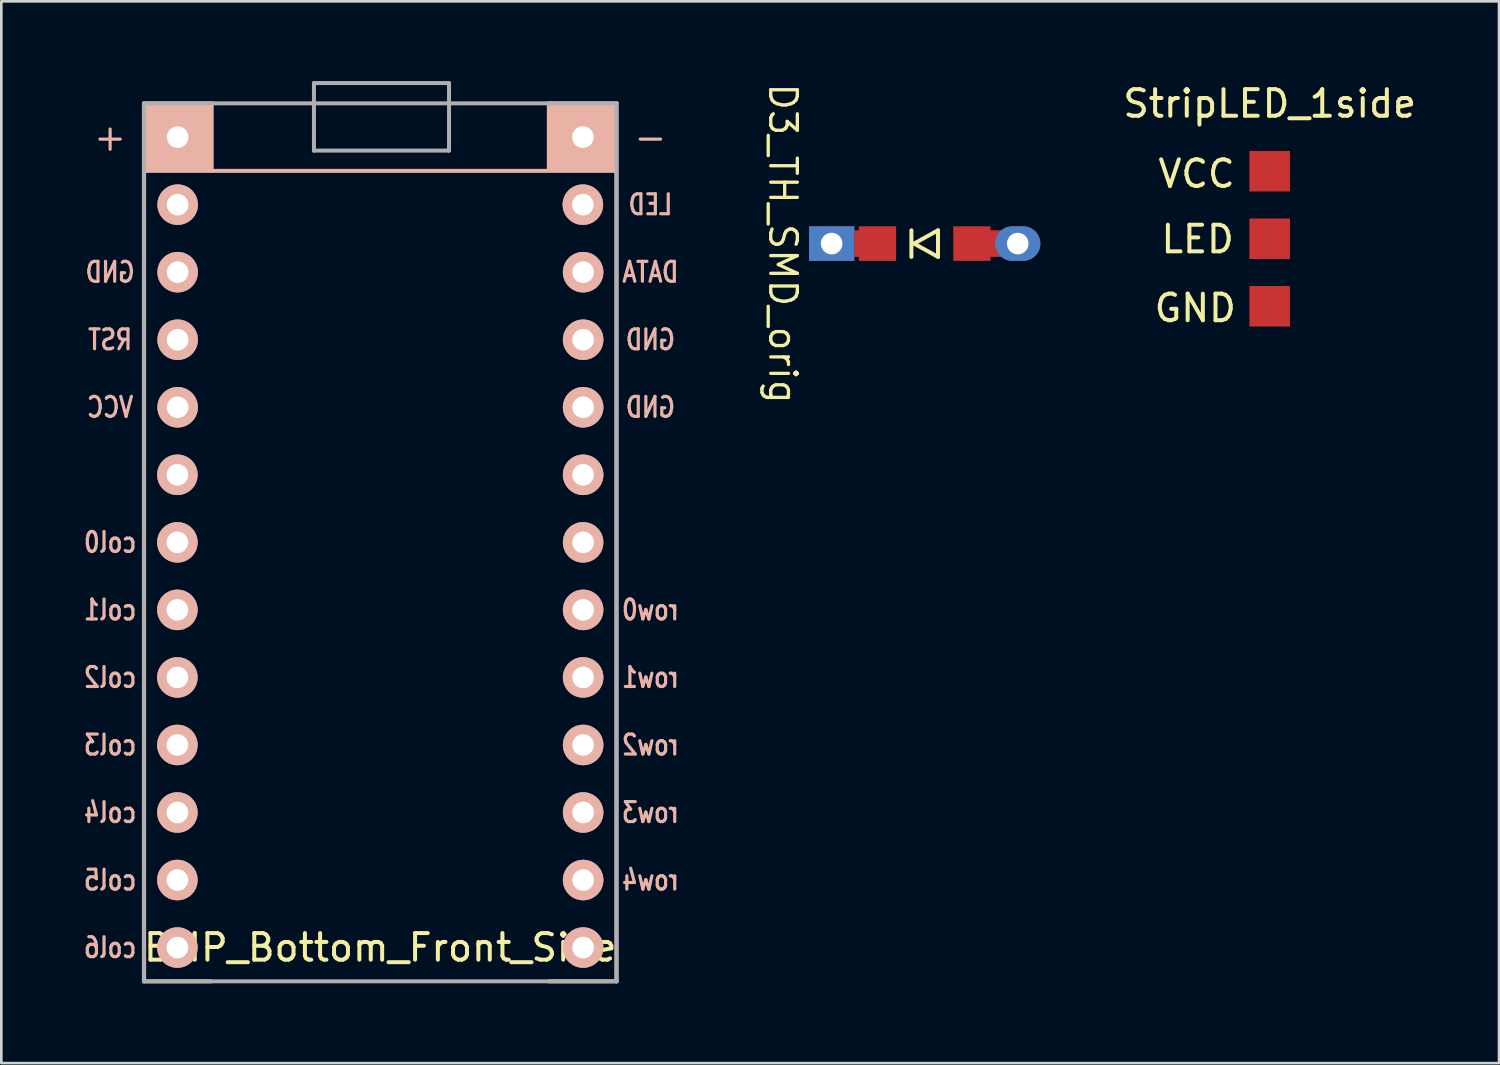
<source format=kicad_pcb>
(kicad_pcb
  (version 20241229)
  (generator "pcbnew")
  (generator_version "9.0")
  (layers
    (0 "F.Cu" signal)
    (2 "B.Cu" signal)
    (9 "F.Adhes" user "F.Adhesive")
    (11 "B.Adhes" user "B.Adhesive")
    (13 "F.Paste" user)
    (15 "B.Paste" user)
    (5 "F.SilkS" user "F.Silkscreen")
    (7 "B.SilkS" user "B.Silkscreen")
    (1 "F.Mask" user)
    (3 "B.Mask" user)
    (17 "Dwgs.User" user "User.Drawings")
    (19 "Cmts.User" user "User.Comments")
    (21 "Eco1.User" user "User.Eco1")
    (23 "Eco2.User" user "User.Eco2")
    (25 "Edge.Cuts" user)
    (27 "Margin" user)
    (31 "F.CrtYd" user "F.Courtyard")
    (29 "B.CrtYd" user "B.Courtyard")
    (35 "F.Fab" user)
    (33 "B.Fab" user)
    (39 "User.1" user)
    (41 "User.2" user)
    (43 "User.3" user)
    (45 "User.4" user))
  (footprint "D3_TH_SMD_orig"
    (layer "F.Cu")
    (at 31.727 6.111)
    (property "Reference" "D3_TH_SMD_orig" (at -5.334 0 270) (unlocked yes) (layer "F.SilkS") (effects (font (size 1 1) (thickness 0.125))))
    (attr through_hole)
    (fp_line (start -0.5 -0.5) (end -0.5 0.5) (stroke (width 0.15) (type solid)) (layer "F.SilkS"))
    (fp_line (start -0.4 0) (end 0.5 -0.5) (stroke (width 0.15) (type solid)) (layer "F.SilkS"))
    (fp_line (start 0.5 -0.5) (end 0.5 0.5) (stroke (width 0.15) (type solid)) (layer "F.SilkS"))
    (fp_line (start 0.5 0.5) (end -0.4 0) (stroke (width 0.15) (type solid)) (layer "F.SilkS"))
    (pad "1" thru_hole rect (at -3.5 0) (size 1.7 1.3) (drill 0.813) (layers "*.Cu" "*.Mask"))
    (pad "1" smd custom (at -2.55 0 180) (size 0.2 1) (layers "F.Cu" "F.Mask") (options (anchor rect)) (primitives))
    (pad "1" smd custom (at -1.775 0 180) (size 1.4 1.3) (layers "F.Cu" "F.Mask" "F.Paste") (options (anchor rect)) (primitives))
    (pad "2" smd custom (at 1.775 0 180) (size 1.4 1.3) (layers "F.Cu" "F.Mask" "F.Paste") (options (anchor rect)) (primitives))
    (pad "2" smd custom (at 2.75 0 180) (size 0.6 1) (layers "F.Cu" "F.Mask") (options (anchor rect)) (primitives))
    (pad "2" thru_hole oval (at 3.5 0) (size 1.7 1.3) (drill 0.813) (layers "*.Cu" "*.Mask")))
  (footprint "BMP_Bottom_Front_Side"
    (layer "F.Cu")
    (at 11.251 17.347)
    (property "Reference" "BMP_Bottom_Front_Side" (at 0 15.24 0) (layer "F.SilkS") (effects (font (size 1 1) (thickness 0.15))))
    (attr through_hole)
    (fp_line (start -8.88 -16.51) (end -8.88 16.51) (stroke (width 0.15) (type solid)) (layer "B.SilkS"))
    (fp_line (start -8.88 16.51) (end -6.35 16.51) (stroke (width 0.15) (type solid)) (layer "B.SilkS"))
    (fp_line (start -6.35 -16.51) (end -8.88 -16.51) (stroke (width 0.15) (type solid)) (layer "B.SilkS"))
    (fp_line (start -6.34 -16.51) (end -6.34 -14.01) (stroke (width 0.15) (type solid)) (layer "B.SilkS"))
    (fp_line (start 6.34 -16.51) (end 6.34 -14.01) (stroke (width 0.15) (type solid)) (layer "B.SilkS"))
    (fp_line (start 6.35 16.51) (end 8.88 16.51) (stroke (width 0.15) (type solid)) (layer "B.SilkS"))
    (fp_line (start 8.88 -16.51) (end 6.34 -16.51) (stroke (width 0.15) (type solid)) (layer "B.SilkS"))
    (fp_line (start 8.88 -13.97) (end -8.88 -13.97) (stroke (width 0.15) (type solid)) (layer "B.SilkS"))
    (fp_line (start 8.88 16.51) (end 8.88 -16.51) (stroke (width 0.15) (type solid)) (layer "B.SilkS"))
    (fp_poly (pts (xy -6.34 -14.01) (xy -8.88 -14.01) (xy -8.88 -16.51) (xy -6.34 -16.51)) (stroke (width 0.1) (type solid)) (fill yes) (layer "B.SilkS"))
    (fp_poly (pts (xy 8.84 -14.01) (xy 6.34 -14.01) (xy 6.34 -16.51) (xy 8.84 -16.51)) (stroke (width 0.1) (type solid)) (fill yes) (layer "B.SilkS"))
    (fp_line (start -8.889 -16.51) (end -8.889 16.51) (stroke (width 0.15) (type solid)) (layer "F.Fab"))
    (fp_line (start -8.889 16.51) (end 8.891 16.51) (stroke (width 0.15) (type solid)) (layer "F.Fab"))
    (fp_line (start -2.494 -17.272) (end 2.586 -17.272) (stroke (width 0.15) (type solid)) (layer "F.Fab"))
    (fp_line (start -2.494 -14.732) (end -2.494 -17.272) (stroke (width 0.15) (type solid)) (layer "F.Fab"))
    (fp_line (start 2.586 -17.272) (end 2.586 -14.732) (stroke (width 0.15) (type solid)) (layer "F.Fab"))
    (fp_line (start 2.586 -14.732) (end -2.494 -14.732) (stroke (width 0.15) (type solid)) (layer "F.Fab"))
    (fp_line (start 8.891 -16.51) (end -8.889 -16.51) (stroke (width 0.15) (type solid)) (layer "F.Fab"))
    (fp_line (start 8.891 16.51) (end 8.891 -16.51) (stroke (width 0.15) (type solid)) (layer "F.Fab"))
    (fp_text user "LED" (at 10.16 -12.7 0) (unlocked yes) (layer "B.SilkS") (effects (font (size 0.75 0.6) (thickness 0.12)) (justify mirror)))
    (fp_text user "DATA" (at 10.16 -10.16 0) (unlocked yes) (layer "B.SilkS") (effects (font (size 0.75 0.6) (thickness 0.12)) (justify mirror)))
    (fp_text user "row4" (at 10.16 12.7 0) (unlocked yes) (layer "B.SilkS") (effects (font (size 0.75 0.6) (thickness 0.12)) (justify mirror)))
    (fp_text user "row0" (at 10.16 2.54 0) (unlocked yes) (layer "B.SilkS") (effects (font (size 0.75 0.6) (thickness 0.12)) (justify mirror)))
    (fp_text user "row3" (at 10.16 10.16 0) (unlocked yes) (layer "B.SilkS") (effects (font (size 0.75 0.6) (thickness 0.12)) (justify mirror)))
    (fp_text user "RST" (at -10.16 -7.62 0) (unlocked yes) (layer "B.SilkS") (effects (font (size 0.75 0.6) (thickness 0.12)) (justify mirror)))
    (fp_text user "-" (at 10.16 -15.24 0) (unlocked yes) (layer "B.SilkS") (effects (font (size 1 1) (thickness 0.12))))
    (fp_text user "col0" (at -10.16 0 0) (unlocked yes) (layer "B.SilkS") (effects (font (size 0.75 0.6) (thickness 0.12)) (justify mirror)))
    (fp_text user "col3" (at -10.16 7.62 0) (unlocked yes) (layer "B.SilkS") (effects (font (size 0.75 0.6) (thickness 0.12)) (justify mirror)))
    (fp_text user "row1" (at 10.16 5.08 0) (unlocked yes) (layer "B.SilkS") (effects (font (size 0.75 0.6) (thickness 0.12)) (justify mirror)))
    (fp_text user "VCC" (at -10.16 -5.08 0) (unlocked yes) (layer "B.SilkS") (effects (font (size 0.75 0.6) (thickness 0.12)) (justify mirror)))
    (fp_text user "GND" (at 10.16 -5.08 0) (unlocked yes) (layer "B.SilkS") (effects (font (size 0.75 0.6) (thickness 0.12)) (justify mirror)))
    (fp_text user "+" (at -10.16 -15.24 0) (unlocked yes) (layer "B.SilkS") (effects (font (size 1 1) (thickness 0.12))))
    (fp_text user "GND" (at 10.16 -7.62 0) (unlocked yes) (layer "B.SilkS") (effects (font (size 0.75 0.6) (thickness 0.12)) (justify mirror)))
    (fp_text user "col5" (at -10.16 12.7 0) (unlocked yes) (layer "B.SilkS") (effects (font (size 0.75 0.6) (thickness 0.12)) (justify mirror)))
    (fp_text user "col6" (at -10.16 15.24 0) (unlocked yes) (layer "B.SilkS") (effects (font (size 0.75 0.6) (thickness 0.12)) (justify mirror)))
    (fp_text user "col4" (at -10.16 10.16 0) (unlocked yes) (layer "B.SilkS") (effects (font (size 0.75 0.6) (thickness 0.12)) (justify mirror)))
    (fp_text user "GND" (at -10.16 -10.16 0) (unlocked yes) (layer "B.SilkS") (effects (font (size 0.75 0.6) (thickness 0.12)) (justify mirror)))
    (fp_text user "col1" (at -10.16 2.54 0) (unlocked yes) (layer "B.SilkS") (effects (font (size 0.75 0.6) (thickness 0.12)) (justify mirror)))
    (fp_text user "col2" (at -10.16 5.08 0) (unlocked yes) (layer "B.SilkS") (effects (font (size 0.75 0.6) (thickness 0.12)) (justify mirror)))
    (fp_text user "row2" (at 10.16 7.62 0) (unlocked yes) (layer "B.SilkS") (effects (font (size 0.75 0.6) (thickness 0.12)) (justify mirror)))
    (pad "1" thru_hole circle (at 7.62 -12.7 270) (size 1.524 1.524) (drill 0.813) (layers "*.Cu" "*.Mask" "B.SilkS"))
    (pad "2" thru_hole circle (at 7.63 -10.16) (size 1.524 1.524) (drill 0.813) (layers "*.Cu" "*.Mask" "B.SilkS"))
    (pad "3" thru_hole circle (at 7.63 -7.62) (size 1.524 1.524) (drill 0.813) (layers "*.Cu" "*.Mask" "B.SilkS"))
    (pad "4" thru_hole circle (at 7.63 -5.08) (size 1.524 1.524) (drill 0.813) (layers "*.Cu" "*.Mask" "B.SilkS"))
    (pad "5" thru_hole circle (at 7.63 -2.54) (size 1.524 1.524) (drill 0.813) (layers "*.Cu" "*.Mask" "B.SilkS"))
    (pad "6" thru_hole circle (at 7.63 0) (size 1.524 1.524) (drill 0.813) (layers "*.Cu" "*.Mask" "B.SilkS"))
    (pad "7" thru_hole circle (at 7.63 2.54) (size 1.524 1.524) (drill 0.813) (layers "*.Cu" "*.Mask" "B.SilkS"))
    (pad "8" thru_hole circle (at 7.63 5.08) (size 1.524 1.524) (drill 0.813) (layers "*.Cu" "*.Mask" "B.SilkS"))
    (pad "9" thru_hole circle (at 7.63 7.62) (size 1.524 1.524) (drill 0.813) (layers "*.Cu" "*.Mask" "B.SilkS"))
    (pad "10" thru_hole circle (at 7.63 10.16) (size 1.524 1.524) (drill 0.813) (layers "*.Cu" "*.Mask" "B.SilkS"))
    (pad "11" thru_hole circle (at 7.63 12.7) (size 1.524 1.524) (drill 0.813) (layers "*.Cu" "*.Mask" "B.SilkS"))
    (pad "12" thru_hole circle (at 7.63 15.24) (size 1.524 1.524) (drill 0.813) (layers "*.Cu" "*.Mask" "B.SilkS"))
    (pad "13" thru_hole circle (at -7.63 15.24) (size 1.524 1.524) (drill 0.813) (layers "*.Cu" "*.Mask" "B.SilkS"))
    (pad "14" thru_hole circle (at -7.63 12.7) (size 1.524 1.524) (drill 0.813) (layers "*.Cu" "*.Mask" "B.SilkS"))
    (pad "15" thru_hole circle (at -7.63 10.16) (size 1.524 1.524) (drill 0.813) (layers "*.Cu" "*.Mask" "B.SilkS"))
    (pad "16" thru_hole circle (at -7.63 7.62) (size 1.524 1.524) (drill 0.813) (layers "*.Cu" "*.Mask" "B.SilkS"))
    (pad "17" thru_hole circle (at -7.63 5.08) (size 1.524 1.524) (drill 0.813) (layers "*.Cu" "*.Mask" "B.SilkS"))
    (pad "18" thru_hole circle (at -7.63 2.54) (size 1.524 1.524) (drill 0.813) (layers "*.Cu" "*.Mask" "B.SilkS"))
    (pad "19" thru_hole circle (at -7.63 0) (size 1.524 1.524) (drill 0.813) (layers "*.Cu" "*.Mask" "B.SilkS"))
    (pad "20" thru_hole circle (at -7.63 -2.54) (size 1.524 1.524) (drill 0.813) (layers "*.Cu" "*.Mask" "B.SilkS"))
    (pad "21" thru_hole circle (at -7.62 -5.08) (size 1.524 1.524) (drill 0.813) (layers "*.Cu" "*.Mask" "B.SilkS"))
    (pad "22" thru_hole circle (at -7.62 -7.62) (size 1.524 1.524) (drill 0.813) (layers "*.Cu" "*.Mask" "B.SilkS"))
    (pad "23" thru_hole circle (at -7.62 -10.16) (size 1.524 1.524) (drill 0.813) (layers "*.Cu" "*.Mask" "B.SilkS"))
    (pad "24" thru_hole circle (at -7.62 -12.7) (size 1.524 1.524) (drill 0.813) (layers "*.Cu" "*.Mask" "B.SilkS"))
    (pad "25" thru_hole circle (at -7.62 -15.24) (size 1.524 1.524) (drill 0.813) (layers "*.Cu" "*.Mask" "B.SilkS"))
    (pad "26" thru_hole circle (at 7.62 -15.24) (size 1.524 1.524) (drill 0.813) (layers "*.Cu" "*.Mask" "B.SilkS")))
  (footprint "StripLED_1side"
    (layer "F.Cu")
    (at 44.702 3.388)
    (property "Reference" "StripLED_1side" (at 0 -2.54 0) (layer "F.SilkS") (effects (font (size 1 1) (thickness 0.15))))
    (attr through_hole)
    (fp_text user "VCC" (at -2.75 0.1 0) (unlocked yes) (layer "F.SilkS") (effects (font (size 1 1) (thickness 0.15))))
    (fp_text user "GND" (at -2.8 5.15 0) (unlocked yes) (layer "F.SilkS") (effects (font (size 1 1) (thickness 0.15))))
    (fp_text user "LED" (at -2.71 2.56 0) (unlocked yes) (layer "F.SilkS") (effects (font (size 1 1) (thickness 0.15))))
    (pad "1" smd rect (at 0 0) (size 1.524 1.524) (layers "F.Cu" "F.Mask"))
    (pad "2" smd rect (at 0 2.54) (size 1.524 1.524) (layers "F.Cu" "F.Mask"))
    (pad "3" smd rect (at 0 5.08) (size 1.524 1.524) (layers "F.Cu" "F.Mask")))
  (gr_rect
    (start -3 -3)
    (end 53.327 36.932)
    (stroke (width 0.1) (type default))
    (fill no)
    (layer "Edge.Cuts")))
</source>
